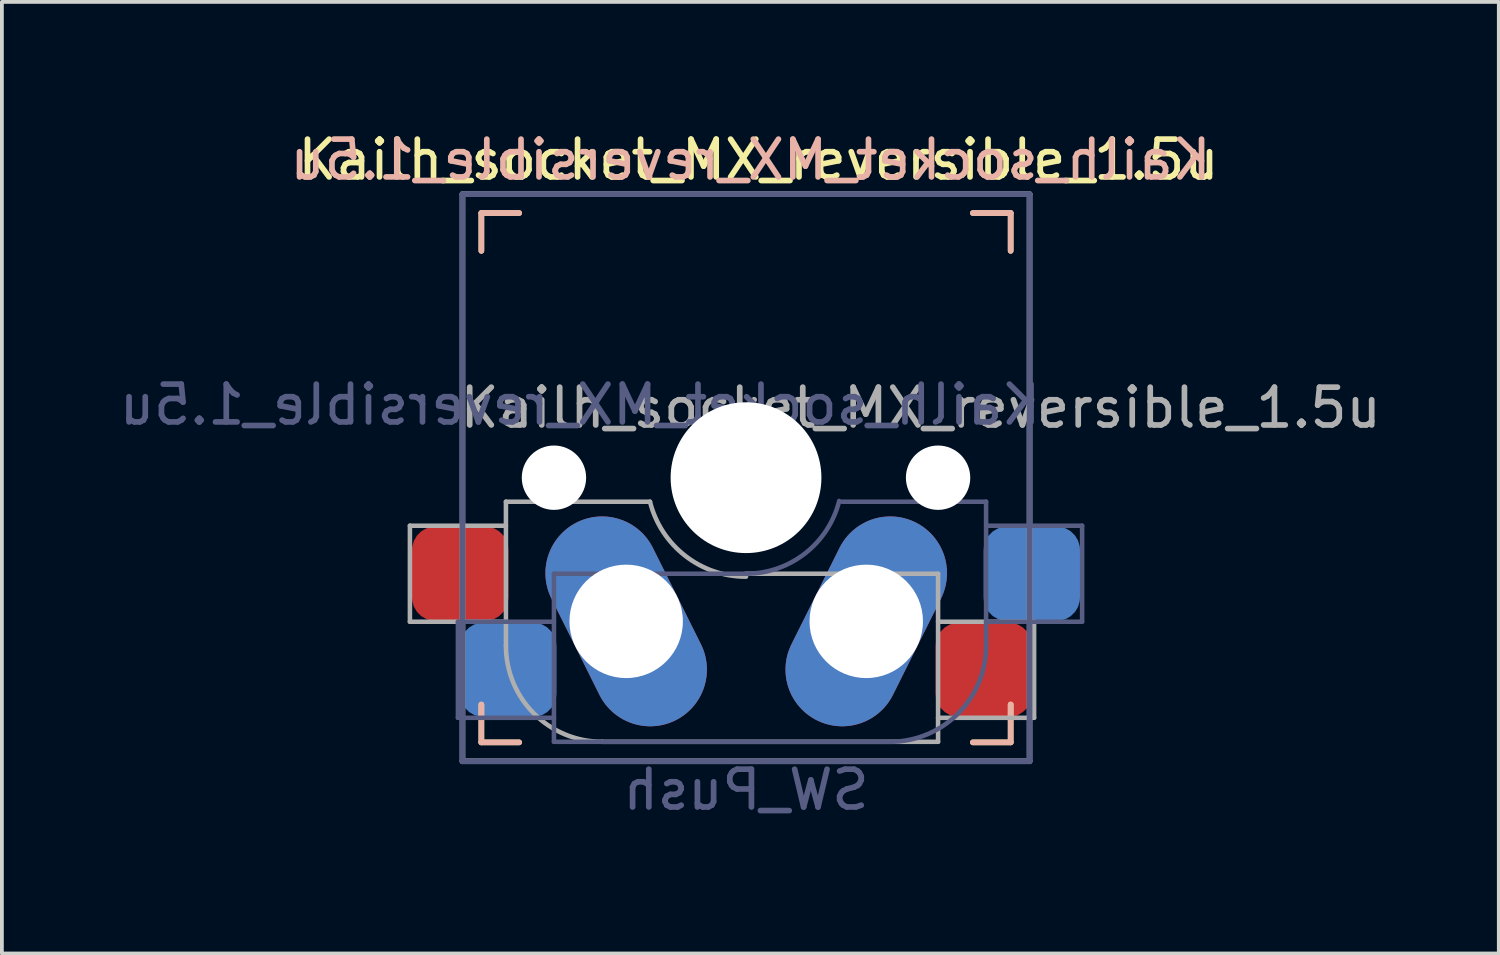
<source format=kicad_pcb>
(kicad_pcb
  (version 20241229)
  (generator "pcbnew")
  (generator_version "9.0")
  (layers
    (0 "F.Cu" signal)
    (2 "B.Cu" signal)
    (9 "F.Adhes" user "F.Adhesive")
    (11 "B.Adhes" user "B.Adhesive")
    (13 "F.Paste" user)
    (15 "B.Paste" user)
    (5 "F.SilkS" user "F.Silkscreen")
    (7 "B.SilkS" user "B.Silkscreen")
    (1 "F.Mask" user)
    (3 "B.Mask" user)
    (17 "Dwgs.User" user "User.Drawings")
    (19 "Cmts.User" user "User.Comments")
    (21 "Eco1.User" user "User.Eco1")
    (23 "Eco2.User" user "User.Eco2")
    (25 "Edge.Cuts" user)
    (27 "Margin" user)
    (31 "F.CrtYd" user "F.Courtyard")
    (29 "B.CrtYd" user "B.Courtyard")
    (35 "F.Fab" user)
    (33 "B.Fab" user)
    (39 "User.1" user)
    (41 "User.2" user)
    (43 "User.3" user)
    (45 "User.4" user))
  (footprint "Kailh_socket_MX_reversible_1.5u"
    (layer "F.Cu")
    (at 16.682 9.585)
    (property "Reference" "Kailh_socket_MX_reversible_1.5u" (at 0.33 -8.41 0) (layer "F.SilkS") (effects (font (size 1 1) (thickness 0.15))))
    (property "Value" "SW_Push" (at 0 8.255 0) (layer "F.Fab") (hide yes) (effects (font (size 1 1) (thickness 0.15))))
    (attr through_hole)
    (fp_line (start -7 -7) (end -6 -7) (stroke (width 0.15) (type solid)) (layer "F.SilkS"))
    (fp_line (start -7 -6) (end -7 -7) (stroke (width 0.15) (type solid)) (layer "F.SilkS"))
    (fp_line (start -7 7) (end -7 6) (stroke (width 0.15) (type solid)) (layer "F.SilkS"))
    (fp_line (start -6 7) (end -7 7) (stroke (width 0.15) (type solid)) (layer "F.SilkS"))
    (fp_line (start 6 -7) (end 7 -7) (stroke (width 0.15) (type solid)) (layer "F.SilkS"))
    (fp_line (start 7 -7) (end 7 -6) (stroke (width 0.15) (type solid)) (layer "F.SilkS"))
    (fp_line (start 7 6) (end 7 7) (stroke (width 0.15) (type solid)) (layer "F.SilkS"))
    (fp_line (start 7 7) (end 6 7) (stroke (width 0.15) (type solid)) (layer "F.SilkS"))
    (fp_line (start -7 -7) (end -6 -7) (stroke (width 0.15) (type solid)) (layer "B.SilkS"))
    (fp_line (start -7 -6) (end -7 -7) (stroke (width 0.15) (type solid)) (layer "B.SilkS"))
    (fp_line (start -7 7) (end -7 6) (stroke (width 0.15) (type solid)) (layer "B.SilkS"))
    (fp_line (start -6 7) (end -7 7) (stroke (width 0.15) (type solid)) (layer "B.SilkS"))
    (fp_line (start 6 -7) (end 7 -7) (stroke (width 0.15) (type solid)) (layer "B.SilkS"))
    (fp_line (start 7 -7) (end 7 -6) (stroke (width 0.15) (type solid)) (layer "B.SilkS"))
    (fp_line (start 7 6) (end 7 7) (stroke (width 0.15) (type solid)) (layer "B.SilkS"))
    (fp_line (start 7 7) (end 6 7) (stroke (width 0.15) (type solid)) (layer "B.SilkS"))
    (fp_line (start -7 7) (end -7 -7) (stroke (width 0.15) (type solid)) (layer "Eco1.User"))
    (fp_line (start -7 7) (end 7 7) (stroke (width 0.15) (type solid)) (layer "Eco1.User"))
    (fp_line (start 7 -7) (end -7 -7) (stroke (width 0.15) (type solid)) (layer "Eco1.User"))
    (fp_line (start 7 -7) (end 7 7) (stroke (width 0.15) (type solid)) (layer "Eco1.User"))
    (fp_line (start -14.287 -9.525) (end 14.287 -9.525) (stroke (width 0.12) (type solid)) (layer "Eco2.User"))
    (fp_line (start -14.287 9.525) (end -14.287 -9.525) (stroke (width 0.12) (type solid)) (layer "Eco2.User"))
    (fp_line (start -9.525 9.525) (end -9.525 -9.525) (stroke (width 0.12) (type solid)) (layer "Eco2.User"))
    (fp_line (start -0.8 -5.85) (end 0.8 -5.85) (stroke (width 0.12) (type solid)) (layer "Eco2.User"))
    (fp_line (start -0.8 -4.25) (end -0.8 -5.85) (stroke (width 0.12) (type solid)) (layer "Eco2.User"))
    (fp_line (start 0.8 -5.85) (end 0.8 -4.25) (stroke (width 0.12) (type solid)) (layer "Eco2.User"))
    (fp_line (start 0.8 -4.25) (end -0.8 -4.25) (stroke (width 0.12) (type solid)) (layer "Eco2.User"))
    (fp_line (start 9.525 -9.525) (end 9.525 9.525) (stroke (width 0.12) (type solid)) (layer "Eco2.User"))
    (fp_line (start 14.287 9.525) (end -14.287 9.525) (stroke (width 0.12) (type solid)) (layer "Eco2.User"))
    (fp_line (start 14.287 9.525) (end 14.287 -9.525) (stroke (width 0.12) (type solid)) (layer "Eco2.User"))
    (fp_line (start -7.62 3.81) (end -7.62 6.35) (stroke (width 0.12) (type solid)) (layer "B.Fab"))
    (fp_line (start -7.62 6.35) (end -5.08 6.35) (stroke (width 0.12) (type solid)) (layer "B.Fab"))
    (fp_line (start -7.5 -7.5) (end 7.5 -7.5) (stroke (width 0.15) (type solid)) (layer "B.Fab"))
    (fp_line (start -7.5 7.5) (end -7.5 -7.5) (stroke (width 0.15) (type solid)) (layer "B.Fab"))
    (fp_line (start -5.08 2.54) (end -5.08 6.985) (stroke (width 0.12) (type solid)) (layer "B.Fab"))
    (fp_line (start -5.08 3.81) (end -7.62 3.81) (stroke (width 0.12) (type solid)) (layer "B.Fab"))
    (fp_line (start -5.08 6.985) (end 3.81 6.985) (stroke (width 0.12) (type solid)) (layer "B.Fab"))
    (fp_line (start 0 2.54) (end -5.08 2.54) (stroke (width 0.12) (type solid)) (layer "B.Fab"))
    (fp_line (start 6.35 0.635) (end 2.54 0.635) (stroke (width 0.12) (type solid)) (layer "B.Fab"))
    (fp_line (start 6.35 3.81) (end 8.89 3.81) (stroke (width 0.12) (type solid)) (layer "B.Fab"))
    (fp_line (start 6.35 4.445) (end 6.35 0.635) (stroke (width 0.12) (type solid)) (layer "B.Fab"))
    (fp_line (start 7.5 -7.5) (end 7.5 7.5) (stroke (width 0.15) (type solid)) (layer "B.Fab"))
    (fp_line (start 7.5 7.5) (end -7.5 7.5) (stroke (width 0.15) (type solid)) (layer "B.Fab"))
    (fp_line (start 8.89 1.27) (end 6.35 1.27) (stroke (width 0.12) (type solid)) (layer "B.Fab"))
    (fp_line (start 8.89 3.81) (end 8.89 1.27) (stroke (width 0.12) (type solid)) (layer "B.Fab"))
    (fp_arc (start 2.464162 0.61604) (mid 1.563147 2.002042) (end 0 2.54) (stroke (width 0.12) (type solid)) (layer "B.Fab"))
    (fp_arc (start 6.35 4.445) (mid 5.606051 6.241051) (end 3.81 6.985) (stroke (width 0.12) (type solid)) (layer "B.Fab"))
    (fp_line (start -8.89 1.27) (end -8.89 3.81) (stroke (width 0.12) (type solid)) (layer "F.Fab"))
    (fp_line (start -8.89 3.81) (end -6.35 3.81) (stroke (width 0.12) (type solid)) (layer "F.Fab"))
    (fp_line (start -7.5 -7.5) (end 7.5 -7.5) (stroke (width 0.15) (type solid)) (layer "F.Fab"))
    (fp_line (start -7.5 7.5) (end -7.5 -7.5) (stroke (width 0.15) (type solid)) (layer "F.Fab"))
    (fp_line (start -6.35 0.635) (end -6.35 4.445) (stroke (width 0.12) (type solid)) (layer "F.Fab"))
    (fp_line (start -6.35 1.27) (end -8.89 1.27) (stroke (width 0.12) (type solid)) (layer "F.Fab"))
    (fp_line (start -3.81 6.985) (end 5.08 6.985) (stroke (width 0.12) (type solid)) (layer "F.Fab"))
    (fp_line (start -2.54 0.635) (end -6.35 0.635) (stroke (width 0.12) (type solid)) (layer "F.Fab"))
    (fp_line (start 5.08 2.54) (end 0 2.54) (stroke (width 0.12) (type solid)) (layer "F.Fab"))
    (fp_line (start 5.08 6.35) (end 7.62 6.35) (stroke (width 0.12) (type solid)) (layer "F.Fab"))
    (fp_line (start 5.08 6.985) (end 5.08 2.54) (stroke (width 0.12) (type solid)) (layer "F.Fab"))
    (fp_line (start 7.5 -7.5) (end 7.5 7.5) (stroke (width 0.15) (type solid)) (layer "F.Fab"))
    (fp_line (start 7.5 7.5) (end -7.5 7.5) (stroke (width 0.15) (type solid)) (layer "F.Fab"))
    (fp_line (start 7.62 3.81) (end 5.08 3.81) (stroke (width 0.12) (type solid)) (layer "F.Fab"))
    (fp_line (start 7.62 6.35) (end 7.62 3.81) (stroke (width 0.12) (type solid)) (layer "F.Fab"))
    (fp_arc (start -3.81 6.985) (mid -5.606051 6.241051) (end -6.35 4.445) (stroke (width 0.12) (type solid)) (layer "F.Fab"))
    (fp_arc (start -0.000001 2.618171) (mid -1.611255 2.063656) (end -2.539999 0.634999) (stroke (width 0.12) (type solid)) (layer "F.Fab"))
    (fp_text user "${REFERENCE}" (at 0.12 -8.41 180) (layer "B.SilkS") (effects (font (size 1 1) (thickness 0.15)) (justify mirror)))
    (fp_text user "${REFERENCE}" (at -4.39 -1.93 180) (layer "B.Fab") (effects (font (size 1 1) (thickness 0.15)) (justify mirror)))
    (fp_text user "${VALUE}" (at 0 8.255 0) (layer "B.Fab") (effects (font (size 1 1) (thickness 0.15)) (justify mirror)))
    (fp_text user "${REFERENCE}" (at 4.62 -1.85 0) (layer "F.Fab") (effects (font (size 1 1) (thickness 0.15))))
    (pad "" np_thru_hole circle (at -5.08 0) (size 1.702 1.702) (drill 1.702) (layers "*.Cu" "*.Mask"))
    (pad "" np_thru_hole oval (at -3.17 3.8 26.5) (size 3 5.85) (drill oval 3) (layers "*.Cu" "*.Mask"))
    (pad "" np_thru_hole circle (at 0 0) (size 3.988 3.988) (drill 3.988) (layers "*.Cu" "*.Mask"))
    (pad "" np_thru_hole oval (at 3.18 3.8 333.5) (size 3 5.85) (drill oval 3) (layers "*.Cu" "*.Mask"))
    (pad "" np_thru_hole circle (at 5.08 0) (size 1.702 1.702) (drill 1.702) (layers "*.Cu" "*.Mask"))
    (pad "1" smd roundrect (at -6.29 5.08) (size 2.55 2.5) (layers "B.Cu" "B.Mask" "B.Paste") (roundrect_rratio 0.25))
    (pad "1" smd roundrect (at 6.29 5.08) (size 2.55 2.5) (layers "F.Cu" "F.Mask" "F.Paste") (roundrect_rratio 0.25))
    (pad "2" smd roundrect (at -7.56 2.54) (size 2.55 2.5) (layers "F.Cu" "F.Mask" "F.Paste") (roundrect_rratio 0.25))
    (pad "2" smd roundrect (at 7.56 2.54) (size 2.55 2.5) (layers "B.Cu" "B.Mask" "B.Paste") (roundrect_rratio 0.25)))
  (gr_rect
    (start -3 -3)
    (end 36.593 22.17)
    (stroke (width 0.1) (type default))
    (fill no)
    (layer "Edge.Cuts")))
</source>
